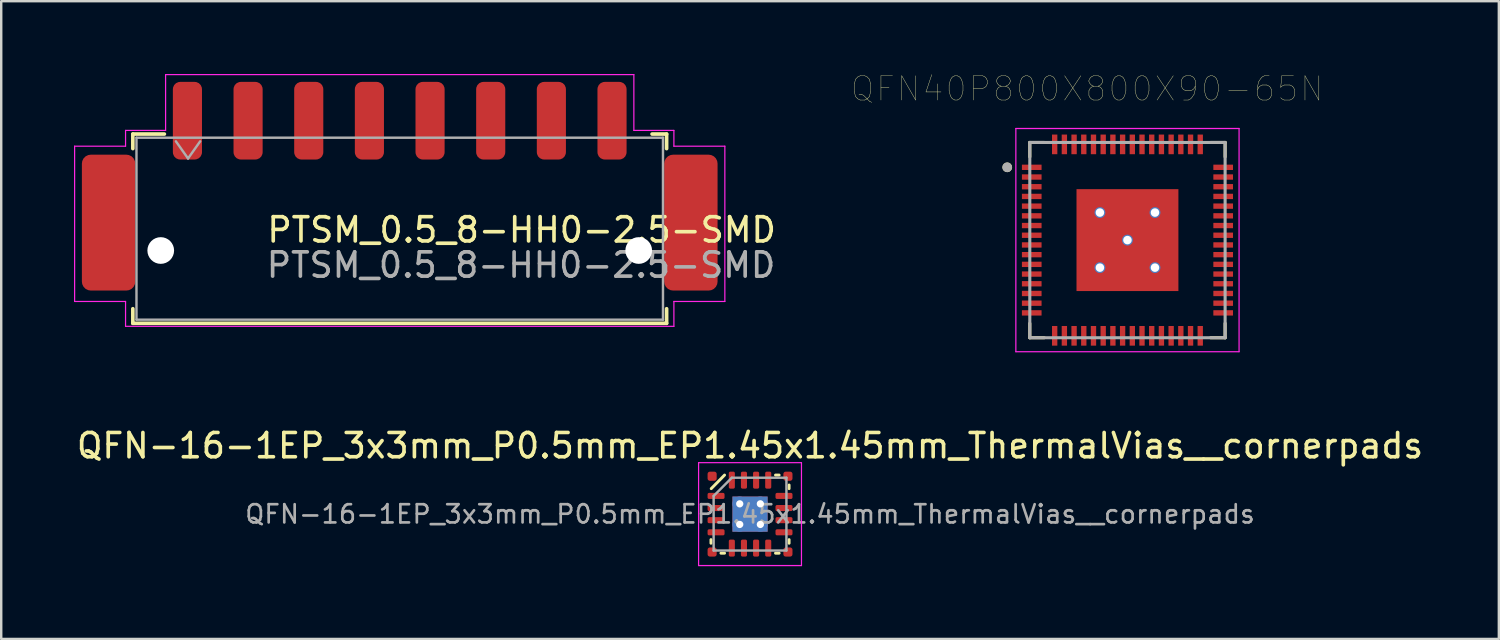
<source format=kicad_pcb>
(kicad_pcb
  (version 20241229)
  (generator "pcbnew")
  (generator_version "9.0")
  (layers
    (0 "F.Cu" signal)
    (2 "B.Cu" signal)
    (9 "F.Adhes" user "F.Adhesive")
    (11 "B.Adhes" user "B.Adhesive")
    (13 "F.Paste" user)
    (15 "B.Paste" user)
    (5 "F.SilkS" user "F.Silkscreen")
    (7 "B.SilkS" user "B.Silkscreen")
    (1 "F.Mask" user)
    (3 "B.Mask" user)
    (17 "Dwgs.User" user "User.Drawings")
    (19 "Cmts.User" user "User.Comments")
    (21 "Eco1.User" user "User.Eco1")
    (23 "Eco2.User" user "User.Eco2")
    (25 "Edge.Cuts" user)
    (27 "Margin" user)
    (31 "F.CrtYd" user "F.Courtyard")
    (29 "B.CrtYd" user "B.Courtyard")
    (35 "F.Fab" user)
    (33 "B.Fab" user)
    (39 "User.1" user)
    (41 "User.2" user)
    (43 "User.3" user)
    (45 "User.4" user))
  (footprint "QFN-16-1EP_3x3mm_P0.5mm_EP1.45x1.45mm_ThermalVias__cornerpads"
    (layer "F.Cu")
    (at 27.863 18.14)
    (property "Reference" "QFN-16-1EP_3x3mm_P0.5mm_EP1.45x1.45mm_ThermalVias__cornerpads" (at 0 -2.82 0) (layer "F.SilkS") (effects (font (size 1 1) (thickness 0.15))))
    (attr smd)
    (fp_line (start -1.61 1.2) (end -1.61 1.05) (stroke (width 0.12) (type solid)) (layer "F.SilkS"))
    (fp_line (start -1.6 -1.05) (end -1.05 -1.61) (stroke (width 0.12) (type solid)) (layer "F.SilkS"))
    (fp_line (start -1.05 1.61) (end -1.2 1.61) (stroke (width 0.12) (type solid)) (layer "F.SilkS"))
    (fp_line (start 1.05 -1.61) (end 1.2 -1.61) (stroke (width 0.12) (type solid)) (layer "F.SilkS"))
    (fp_line (start 1.2 1.61) (end 1.05 1.61) (stroke (width 0.12) (type solid)) (layer "F.SilkS"))
    (fp_line (start 1.61 -1.2) (end 1.61 -1.05) (stroke (width 0.12) (type solid)) (layer "F.SilkS"))
    (fp_line (start 1.61 1.05) (end 1.61 1.2) (stroke (width 0.12) (type solid)) (layer "F.SilkS"))
    (fp_line (start -2.12 -2.12) (end -2.12 2.12) (stroke (width 0.05) (type solid)) (layer "F.CrtYd"))
    (fp_line (start -2.12 2.12) (end 2.12 2.12) (stroke (width 0.05) (type solid)) (layer "F.CrtYd"))
    (fp_line (start 2.12 -2.12) (end -2.12 -2.12) (stroke (width 0.05) (type solid)) (layer "F.CrtYd"))
    (fp_line (start 2.12 2.12) (end 2.12 -2.12) (stroke (width 0.05) (type solid)) (layer "F.CrtYd"))
    (fp_line (start -1.5 -0.75) (end -0.75 -1.5) (stroke (width 0.1) (type solid)) (layer "F.Fab"))
    (fp_line (start -1.5 1.5) (end -1.5 -0.75) (stroke (width 0.1) (type solid)) (layer "F.Fab"))
    (fp_line (start -0.75 -1.5) (end 1.5 -1.5) (stroke (width 0.1) (type solid)) (layer "F.Fab"))
    (fp_line (start 1.5 -1.5) (end 1.5 1.5) (stroke (width 0.1) (type solid)) (layer "F.Fab"))
    (fp_line (start 1.5 1.5) (end -1.5 1.5) (stroke (width 0.1) (type solid)) (layer "F.Fab"))
    (fp_text user "${REFERENCE}" (at 0 0 0) (layer "F.Fab") (effects (font (size 0.75 0.75) (thickness 0.11))))
    (pad "" smd roundrect (at -0.36 -0.36) (size 0.63 0.63) (layers "F.Paste") (roundrect_rratio 0.25))
    (pad "" smd roundrect (at -0.36 0.36) (size 0.63 0.63) (layers "F.Paste") (roundrect_rratio 0.25))
    (pad "" smd roundrect (at 0.36 -0.36) (size 0.63 0.63) (layers "F.Paste") (roundrect_rratio 0.25))
    (pad "" smd roundrect (at 0.36 0.36) (size 0.63 0.63) (layers "F.Paste") (roundrect_rratio 0.25))
    (pad "1" smd roundrect (at -1.4 -0.75) (size 0.7 0.25) (layers "F.Cu" "F.Mask" "F.Paste") (roundrect_rratio 0.25))
    (pad "2" smd roundrect (at -1.4 -0.25) (size 0.7 0.25) (layers "F.Cu" "F.Mask" "F.Paste") (roundrect_rratio 0.25))
    (pad "3" smd roundrect (at -1.4 0.25) (size 0.7 0.25) (layers "F.Cu" "F.Mask" "F.Paste") (roundrect_rratio 0.25))
    (pad "4" smd roundrect (at -1.4 0.75) (size 0.7 0.25) (layers "F.Cu" "F.Mask" "F.Paste") (roundrect_rratio 0.25))
    (pad "5" smd roundrect (at -0.75 1.4) (size 0.25 0.7) (layers "F.Cu" "F.Mask" "F.Paste") (roundrect_rratio 0.25))
    (pad "6" smd roundrect (at -0.25 1.4) (size 0.25 0.7) (layers "F.Cu" "F.Mask" "F.Paste") (roundrect_rratio 0.25))
    (pad "7" smd roundrect (at 0.25 1.4) (size 0.25 0.7) (layers "F.Cu" "F.Mask" "F.Paste") (roundrect_rratio 0.25))
    (pad "8" smd roundrect (at 0.75 1.4) (size 0.25 0.7) (layers "F.Cu" "F.Mask" "F.Paste") (roundrect_rratio 0.25))
    (pad "9" smd roundrect (at 1.4 0.75) (size 0.7 0.25) (layers "F.Cu" "F.Mask" "F.Paste") (roundrect_rratio 0.25))
    (pad "10" smd roundrect (at 1.4 0.25) (size 0.7 0.25) (layers "F.Cu" "F.Mask" "F.Paste") (roundrect_rratio 0.25))
    (pad "11" smd roundrect (at 1.4 -0.25) (size 0.7 0.25) (layers "F.Cu" "F.Mask" "F.Paste") (roundrect_rratio 0.25))
    (pad "12" smd roundrect (at 1.4 -0.75) (size 0.7 0.25) (layers "F.Cu" "F.Mask" "F.Paste") (roundrect_rratio 0.25))
    (pad "13" smd roundrect (at 0.75 -1.4) (size 0.25 0.7) (layers "F.Cu" "F.Mask" "F.Paste") (roundrect_rratio 0.25))
    (pad "14" smd roundrect (at 0.25 -1.4) (size 0.25 0.7) (layers "F.Cu" "F.Mask" "F.Paste") (roundrect_rratio 0.25))
    (pad "15" smd roundrect (at -0.25 -1.4) (size 0.25 0.7) (layers "F.Cu" "F.Mask" "F.Paste") (roundrect_rratio 0.25))
    (pad "16" smd roundrect (at -0.75 -1.4) (size 0.25 0.7) (layers "F.Cu" "F.Mask" "F.Paste") (roundrect_rratio 0.25))
    (pad "17" thru_hole circle (at -0.425 -0.425) (size 0.6 0.6) (drill 0.3) (layers "*.Cu"))
    (pad "17" thru_hole circle (at -0.425 0.425) (size 0.6 0.6) (drill 0.3) (layers "*.Cu"))
    (pad "17" smd rect (at 0 0) (size 1.45 1.45) (layers "F.Cu" "F.Mask"))
    (pad "17" smd rect (at 0 0) (size 1.45 1.45) (layers "B.Cu"))
    (pad "17" thru_hole circle (at 0.425 -0.425) (size 0.6 0.6) (drill 0.3) (layers "*.Cu"))
    (pad "17" thru_hole circle (at 0.425 0.425) (size 0.6 0.6) (drill 0.3) (layers "*.Cu"))
    (pad "MP" smd roundrect (at -1.562 -1.562) (size 0.375 0.375) (layers "F.Cu" "F.Mask" "F.Paste") (roundrect_rratio 0.25))
    (pad "MP" smd roundrect (at -1.562 1.562 90) (size 0.375 0.375) (layers "F.Cu" "F.Mask" "F.Paste") (roundrect_rratio 0.25))
    (pad "MP" smd roundrect (at 1.562 -1.562 270) (size 0.375 0.375) (layers "F.Cu" "F.Mask" "F.Paste") (roundrect_rratio 0.25))
    (pad "MP" smd roundrect (at 1.562 1.562 180) (size 0.375 0.375) (layers "F.Cu" "F.Mask" "F.Paste") (roundrect_rratio 0.25)))
  (footprint "PTSM_0.5_8-HH0-2.5-SMD"
    (layer "F.Cu")
    (at 13.425 6.375)
    (property "Reference" "PTSM_0.5_8-HH0-2.5-SMD" (at 5.025 0.05 0) (layer "F.SilkS") (effects (font (size 1 1) (thickness 0.15))))
    (attr smd)
    (fp_line (start -11 -3.9) (end -9.7 -3.9) (stroke (width 0.15) (type solid)) (layer "F.SilkS"))
    (fp_line (start -11 -3.3) (end -11 -3.9) (stroke (width 0.15) (type solid)) (layer "F.SilkS"))
    (fp_line (start -11 3.9) (end -11 3.3) (stroke (width 0.15) (type solid)) (layer "F.SilkS"))
    (fp_line (start -11 3.9) (end 11 3.9) (stroke (width 0.15) (type solid)) (layer "F.SilkS"))
    (fp_line (start 11 -3.9) (end 10.4 -3.9) (stroke (width 0.15) (type solid)) (layer "F.SilkS"))
    (fp_line (start 11 -3.9) (end 11 -3.3) (stroke (width 0.15) (type solid)) (layer "F.SilkS"))
    (fp_line (start 11 3.9) (end 11 3.3) (stroke (width 0.15) (type solid)) (layer "F.SilkS"))
    (fp_line (start -13.4 -3.4) (end -13.4 3) (stroke (width 0.05) (type solid)) (layer "F.CrtYd"))
    (fp_line (start -13.4 3) (end -11.3 3) (stroke (width 0.05) (type solid)) (layer "F.CrtYd"))
    (fp_line (start -11.3 -4.05) (end -9.65 -4.05) (stroke (width 0.05) (type solid)) (layer "F.CrtYd"))
    (fp_line (start -11.3 -3.4) (end -13.4 -3.4) (stroke (width 0.05) (type solid)) (layer "F.CrtYd"))
    (fp_line (start -11.3 -3.4) (end -11.3 -4.05) (stroke (width 0.05) (type solid)) (layer "F.CrtYd"))
    (fp_line (start -11.3 3) (end -11.3 4.025) (stroke (width 0.05) (type solid)) (layer "F.CrtYd"))
    (fp_line (start -11.3 4.025) (end 11.3 4.025) (stroke (width 0.05) (type solid)) (layer "F.CrtYd"))
    (fp_line (start -9.65 -6.35) (end -9.65 -4.05) (stroke (width 0.05) (type solid)) (layer "F.CrtYd"))
    (fp_line (start 9.65 -6.35) (end -9.65 -6.35) (stroke (width 0.05) (type solid)) (layer "F.CrtYd"))
    (fp_line (start 9.65 -6.35) (end 9.65 -4.05) (stroke (width 0.05) (type solid)) (layer "F.CrtYd"))
    (fp_line (start 9.65 -4.05) (end 11.3 -4.05) (stroke (width 0.05) (type solid)) (layer "F.CrtYd"))
    (fp_line (start 11.3 -3.4) (end 11.3 -4.05) (stroke (width 0.05) (type solid)) (layer "F.CrtYd"))
    (fp_line (start 11.3 -3.4) (end 13.4 -3.4) (stroke (width 0.05) (type solid)) (layer "F.CrtYd"))
    (fp_line (start 11.3 3) (end 11.3 4.025) (stroke (width 0.05) (type solid)) (layer "F.CrtYd"))
    (fp_line (start 11.3 3) (end 13.4 3) (stroke (width 0.05) (type solid)) (layer "F.CrtYd"))
    (fp_line (start 13.4 -3.4) (end 13.4 3) (stroke (width 0.05) (type solid)) (layer "F.CrtYd"))
    (fp_line (start -10.85 -3.75) (end -10.85 3.75) (stroke (width 0.1) (type solid)) (layer "F.Fab"))
    (fp_line (start -10.85 -3.75) (end 10.85 -3.75) (stroke (width 0.1) (type solid)) (layer "F.Fab"))
    (fp_line (start -10.85 3.75) (end 10.85 3.75) (stroke (width 0.1) (type solid)) (layer "F.Fab"))
    (fp_line (start -9.225 -3.6) (end -8.725 -2.893) (stroke (width 0.1) (type solid)) (layer "F.Fab"))
    (fp_line (start -8.725 -2.893) (end -8.225 -3.6) (stroke (width 0.1) (type solid)) (layer "F.Fab"))
    (fp_line (start 10.85 -3.75) (end 10.85 3.75) (stroke (width 0.1) (type solid)) (layer "F.Fab"))
    (fp_text user "${REFERENCE}" (at 5 1.5 0) (layer "F.Fab") (effects (font (size 1 1) (thickness 0.15))))
    (pad "" np_thru_hole circle (at -9.85 0.9 180) (size 1.1 1.1) (drill 1.1) (layers "*.Cu" "*.Mask"))
    (pad "" np_thru_hole circle (at 9.85 0.9) (size 1.1 1.1) (drill 1.1) (layers "*.Cu" "*.Mask"))
    (pad "1" smd roundrect (at -8.75 -4.45) (size 1.2 3.2) (layers "F.Cu" "F.Mask" "F.Paste") (roundrect_rratio 0.25))
    (pad "2" smd roundrect (at -6.25 -4.45) (size 1.2 3.2) (layers "F.Cu" "F.Mask" "F.Paste") (roundrect_rratio 0.25))
    (pad "3" smd roundrect (at -3.75 -4.45) (size 1.2 3.2) (layers "F.Cu" "F.Mask" "F.Paste") (roundrect_rratio 0.25))
    (pad "4" smd roundrect (at -1.25 -4.45) (size 1.2 3.2) (layers "F.Cu" "F.Mask" "F.Paste") (roundrect_rratio 0.25))
    (pad "5" smd roundrect (at 1.25 -4.45) (size 1.2 3.2) (layers "F.Cu" "F.Mask" "F.Paste") (roundrect_rratio 0.25))
    (pad "6" smd roundrect (at 3.75 -4.45) (size 1.2 3.2) (layers "F.Cu" "F.Mask" "F.Paste") (roundrect_rratio 0.25))
    (pad "7" smd roundrect (at 6.25 -4.45) (size 1.2 3.2) (layers "F.Cu" "F.Mask" "F.Paste") (roundrect_rratio 0.25))
    (pad "8" smd roundrect (at 8.75 -4.45) (size 1.2 3.2) (layers "F.Cu" "F.Mask" "F.Paste") (roundrect_rratio 0.25))
    (pad "MP" smd roundrect (at -12 -0.25) (size 2.2 5.6) (layers "F.Cu" "F.Mask" "F.Paste") (roundrect_rratio 0.167))
    (pad "MP" smd roundrect (at 12 -0.25) (size 2.2 5.6) (layers "F.Cu" "F.Mask" "F.Paste") (roundrect_rratio 0.167)))
  (footprint "QFN40P800X800X90-65N"
    (layer "F.Cu")
    (at 43.419 6.846)
    (property "Reference" "QFN40P800X800X90-65N" (at -1.66 -6.235 0) (layer "F.SilkS") (effects (font (size 1 1) (thickness 0.015))))
    (attr through_hole)
    (fp_line (start -4.025 -4.025) (end -4.025 -3.43) (stroke (width 0.127) (type solid)) (layer "F.SilkS"))
    (fp_line (start -4.025 -4.025) (end -3.43 -4.025) (stroke (width 0.127) (type solid)) (layer "F.SilkS"))
    (fp_line (start -4.025 4.025) (end -4.025 3.43) (stroke (width 0.127) (type solid)) (layer "F.SilkS"))
    (fp_line (start -4.025 4.025) (end -3.43 4.025) (stroke (width 0.127) (type solid)) (layer "F.SilkS"))
    (fp_line (start 4.025 -4.025) (end 3.43 -4.025) (stroke (width 0.127) (type solid)) (layer "F.SilkS"))
    (fp_line (start 4.025 -4.025) (end 4.025 -3.43) (stroke (width 0.127) (type solid)) (layer "F.SilkS"))
    (fp_line (start 4.025 4.025) (end 3.43 4.025) (stroke (width 0.127) (type solid)) (layer "F.SilkS"))
    (fp_line (start 4.025 4.025) (end 4.025 3.43) (stroke (width 0.127) (type solid)) (layer "F.SilkS"))
    (fp_circle (center -4.955 -3) (end -4.855 -3) (stroke (width 0.2) (type solid)) (fill no) (layer "F.SilkS"))
    (fp_poly (pts (xy -1.6 -1.6) (xy -0.67 -1.6) (xy -0.67 -0.67) (xy -1.6 -0.67)) (stroke (width 0.01) (type solid)) (fill yes) (layer "F.Paste"))
    (fp_poly (pts (xy -1.6 0.67) (xy -0.67 0.67) (xy -0.67 1.6) (xy -1.6 1.6)) (stroke (width 0.01) (type solid)) (fill yes) (layer "F.Paste"))
    (fp_poly (pts (xy -0.465 -0.465) (xy 0.465 -0.465) (xy 0.465 0.465) (xy -0.465 0.465)) (stroke (width 0.01) (type solid)) (fill yes) (layer "F.Paste"))
    (fp_poly (pts (xy 0.67 -1.6) (xy 1.6 -1.6) (xy 1.6 -0.67) (xy 0.67 -0.67)) (stroke (width 0.01) (type solid)) (fill yes) (layer "F.Paste"))
    (fp_poly (pts (xy 0.67 0.67) (xy 1.6 0.67) (xy 1.6 1.6) (xy 0.67 1.6)) (stroke (width 0.01) (type solid)) (fill yes) (layer "F.Paste"))
    (fp_line (start -4.6 -4.6) (end 4.6 -4.6) (stroke (width 0.05) (type solid)) (layer "F.CrtYd"))
    (fp_line (start -4.6 4.6) (end -4.6 -4.6) (stroke (width 0.05) (type solid)) (layer "F.CrtYd"))
    (fp_line (start -4.6 4.6) (end 4.6 4.6) (stroke (width 0.05) (type solid)) (layer "F.CrtYd"))
    (fp_line (start 4.6 4.6) (end 4.6 -4.6) (stroke (width 0.05) (type solid)) (layer "F.CrtYd"))
    (fp_line (start -4.025 4.025) (end -4.025 -4.025) (stroke (width 0.127) (type solid)) (layer "F.Fab"))
    (fp_line (start 4.025 -4.025) (end -4.025 -4.025) (stroke (width 0.127) (type solid)) (layer "F.Fab"))
    (fp_line (start 4.025 4.025) (end -4.025 4.025) (stroke (width 0.127) (type solid)) (layer "F.Fab"))
    (fp_line (start 4.025 4.025) (end 4.025 -4.025) (stroke (width 0.127) (type solid)) (layer "F.Fab"))
    (fp_circle (center -4.955 -3) (end -4.855 -3) (stroke (width 0.2) (type solid)) (fill no) (layer "F.Fab"))
    (pad "1" smd rect (at -3.945 -3) (size 0.81 0.22) (layers "F.Cu" "F.Mask" "F.Paste"))
    (pad "2" smd rect (at -3.945 -2.6) (size 0.81 0.22) (layers "F.Cu" "F.Mask" "F.Paste"))
    (pad "3" smd rect (at -3.945 -2.2) (size 0.81 0.22) (layers "F.Cu" "F.Mask" "F.Paste"))
    (pad "4" smd rect (at -3.945 -1.8) (size 0.81 0.22) (layers "F.Cu" "F.Mask" "F.Paste"))
    (pad "5" smd rect (at -3.945 -1.4) (size 0.81 0.22) (layers "F.Cu" "F.Mask" "F.Paste"))
    (pad "6" smd rect (at -3.945 -1) (size 0.81 0.22) (layers "F.Cu" "F.Mask" "F.Paste"))
    (pad "7" smd rect (at -3.945 -0.6) (size 0.81 0.22) (layers "F.Cu" "F.Mask" "F.Paste"))
    (pad "8" smd rect (at -3.945 -0.2) (size 0.81 0.22) (layers "F.Cu" "F.Mask" "F.Paste"))
    (pad "9" smd rect (at -3.945 0.2) (size 0.81 0.22) (layers "F.Cu" "F.Mask" "F.Paste"))
    (pad "10" smd rect (at -3.945 0.6) (size 0.81 0.22) (layers "F.Cu" "F.Mask" "F.Paste"))
    (pad "11" smd rect (at -3.945 1) (size 0.81 0.22) (layers "F.Cu" "F.Mask" "F.Paste"))
    (pad "12" smd rect (at -3.945 1.4) (size 0.81 0.22) (layers "F.Cu" "F.Mask" "F.Paste"))
    (pad "13" smd rect (at -3.945 1.8) (size 0.81 0.22) (layers "F.Cu" "F.Mask" "F.Paste"))
    (pad "14" smd rect (at -3.945 2.2) (size 0.81 0.22) (layers "F.Cu" "F.Mask" "F.Paste"))
    (pad "15" smd rect (at -3.945 2.6) (size 0.81 0.22) (layers "F.Cu" "F.Mask" "F.Paste"))
    (pad "16" smd rect (at -3.945 3) (size 0.81 0.22) (layers "F.Cu" "F.Mask" "F.Paste"))
    (pad "17" smd rect (at -3 3.945) (size 0.22 0.81) (layers "F.Cu" "F.Mask" "F.Paste"))
    (pad "18" smd rect (at -2.6 3.945) (size 0.22 0.81) (layers "F.Cu" "F.Mask" "F.Paste"))
    (pad "19" smd rect (at -2.2 3.945) (size 0.22 0.81) (layers "F.Cu" "F.Mask" "F.Paste"))
    (pad "20" smd rect (at -1.8 3.945) (size 0.22 0.81) (layers "F.Cu" "F.Mask" "F.Paste"))
    (pad "21" smd rect (at -1.4 3.945) (size 0.22 0.81) (layers "F.Cu" "F.Mask" "F.Paste"))
    (pad "22" smd rect (at -1 3.945) (size 0.22 0.81) (layers "F.Cu" "F.Mask" "F.Paste"))
    (pad "23" smd rect (at -0.6 3.945) (size 0.22 0.81) (layers "F.Cu" "F.Mask" "F.Paste"))
    (pad "24" smd rect (at -0.2 3.945) (size 0.22 0.81) (layers "F.Cu" "F.Mask" "F.Paste"))
    (pad "25" smd rect (at 0.2 3.945) (size 0.22 0.81) (layers "F.Cu" "F.Mask" "F.Paste"))
    (pad "26" smd rect (at 0.6 3.945) (size 0.22 0.81) (layers "F.Cu" "F.Mask" "F.Paste"))
    (pad "27" smd rect (at 1 3.945) (size 0.22 0.81) (layers "F.Cu" "F.Mask" "F.Paste"))
    (pad "28" smd rect (at 1.4 3.945) (size 0.22 0.81) (layers "F.Cu" "F.Mask" "F.Paste"))
    (pad "29" smd rect (at 1.8 3.945) (size 0.22 0.81) (layers "F.Cu" "F.Mask" "F.Paste"))
    (pad "30" smd rect (at 2.2 3.945) (size 0.22 0.81) (layers "F.Cu" "F.Mask" "F.Paste"))
    (pad "31" smd rect (at 2.6 3.945) (size 0.22 0.81) (layers "F.Cu" "F.Mask" "F.Paste"))
    (pad "32" smd rect (at 3 3.945) (size 0.22 0.81) (layers "F.Cu" "F.Mask" "F.Paste"))
    (pad "33" smd rect (at 3.945 3) (size 0.81 0.22) (layers "F.Cu" "F.Mask" "F.Paste"))
    (pad "34" smd rect (at 3.945 2.6) (size 0.81 0.22) (layers "F.Cu" "F.Mask" "F.Paste"))
    (pad "35" smd rect (at 3.945 2.2) (size 0.81 0.22) (layers "F.Cu" "F.Mask" "F.Paste"))
    (pad "36" smd rect (at 3.945 1.8) (size 0.81 0.22) (layers "F.Cu" "F.Mask" "F.Paste"))
    (pad "37" smd rect (at 3.945 1.4) (size 0.81 0.22) (layers "F.Cu" "F.Mask" "F.Paste"))
    (pad "38" smd rect (at 3.945 1) (size 0.81 0.22) (layers "F.Cu" "F.Mask" "F.Paste"))
    (pad "39" smd rect (at 3.945 0.6) (size 0.81 0.22) (layers "F.Cu" "F.Mask" "F.Paste"))
    (pad "40" smd rect (at 3.945 0.2) (size 0.81 0.22) (layers "F.Cu" "F.Mask" "F.Paste"))
    (pad "41" smd rect (at 3.945 -0.2) (size 0.81 0.22) (layers "F.Cu" "F.Mask" "F.Paste"))
    (pad "42" smd rect (at 3.945 -0.6) (size 0.81 0.22) (layers "F.Cu" "F.Mask" "F.Paste"))
    (pad "43" smd rect (at 3.945 -1) (size 0.81 0.22) (layers "F.Cu" "F.Mask" "F.Paste"))
    (pad "44" smd rect (at 3.945 -1.4) (size 0.81 0.22) (layers "F.Cu" "F.Mask" "F.Paste"))
    (pad "45" smd rect (at 3.945 -1.8) (size 0.81 0.22) (layers "F.Cu" "F.Mask" "F.Paste"))
    (pad "46" smd rect (at 3.945 -2.2) (size 0.81 0.22) (layers "F.Cu" "F.Mask" "F.Paste"))
    (pad "47" smd rect (at 3.945 -2.6) (size 0.81 0.22) (layers "F.Cu" "F.Mask" "F.Paste"))
    (pad "48" smd rect (at 3.945 -3) (size 0.81 0.22) (layers "F.Cu" "F.Mask" "F.Paste"))
    (pad "49" smd rect (at 3 -3.945) (size 0.22 0.81) (layers "F.Cu" "F.Mask" "F.Paste"))
    (pad "50" smd rect (at 2.6 -3.945) (size 0.22 0.81) (layers "F.Cu" "F.Mask" "F.Paste"))
    (pad "51" smd rect (at 2.2 -3.945) (size 0.22 0.81) (layers "F.Cu" "F.Mask" "F.Paste"))
    (pad "52" smd rect (at 1.8 -3.945) (size 0.22 0.81) (layers "F.Cu" "F.Mask" "F.Paste"))
    (pad "53" smd rect (at 1.4 -3.945) (size 0.22 0.81) (layers "F.Cu" "F.Mask" "F.Paste"))
    (pad "54" smd rect (at 1 -3.945) (size 0.22 0.81) (layers "F.Cu" "F.Mask" "F.Paste"))
    (pad "55" smd rect (at 0.6 -3.945) (size 0.22 0.81) (layers "F.Cu" "F.Mask" "F.Paste"))
    (pad "56" smd rect (at 0.2 -3.945) (size 0.22 0.81) (layers "F.Cu" "F.Mask" "F.Paste"))
    (pad "57" smd rect (at -0.2 -3.945) (size 0.22 0.81) (layers "F.Cu" "F.Mask" "F.Paste"))
    (pad "58" smd rect (at -0.6 -3.945) (size 0.22 0.81) (layers "F.Cu" "F.Mask" "F.Paste"))
    (pad "59" smd rect (at -1 -3.945) (size 0.22 0.81) (layers "F.Cu" "F.Mask" "F.Paste"))
    (pad "60" smd rect (at -1.4 -3.945) (size 0.22 0.81) (layers "F.Cu" "F.Mask" "F.Paste"))
    (pad "61" smd rect (at -1.8 -3.945) (size 0.22 0.81) (layers "F.Cu" "F.Mask" "F.Paste"))
    (pad "62" smd rect (at -2.2 -3.945) (size 0.22 0.81) (layers "F.Cu" "F.Mask" "F.Paste"))
    (pad "63" smd rect (at -2.6 -3.945) (size 0.22 0.81) (layers "F.Cu" "F.Mask" "F.Paste"))
    (pad "64" smd rect (at -3 -3.945) (size 0.22 0.81) (layers "F.Cu" "F.Mask" "F.Paste"))
    (pad "65" smd rect (at 0 0) (size 4.2 4.2) (layers "F.Cu" "F.Mask"))
    (pad "65_A" thru_hole circle (at -1.135 -1.135) (size 0.45 0.45) (drill 0.35) (layers "*.Cu" "*.Mask"))
    (pad "65_B" thru_hole circle (at 1.135 -1.135) (size 0.45 0.45) (drill 0.35) (layers "*.Cu" "*.Mask"))
    (pad "65_C" thru_hole circle (at 0 0) (size 0.45 0.45) (drill 0.35) (layers "*.Cu" "*.Mask"))
    (pad "65_D" thru_hole circle (at -1.135 1.135) (size 0.45 0.45) (drill 0.35) (layers "*.Cu" "*.Mask"))
    (pad "65_E" thru_hole circle (at 1.135 1.135) (size 0.45 0.45) (drill 0.35) (layers "*.Cu" "*.Mask")))
  (gr_rect
    (start -3 -3)
    (end 58.726 23.285)
    (stroke (width 0.1) (type default))
    (fill no)
    (layer "Edge.Cuts")))
</source>
